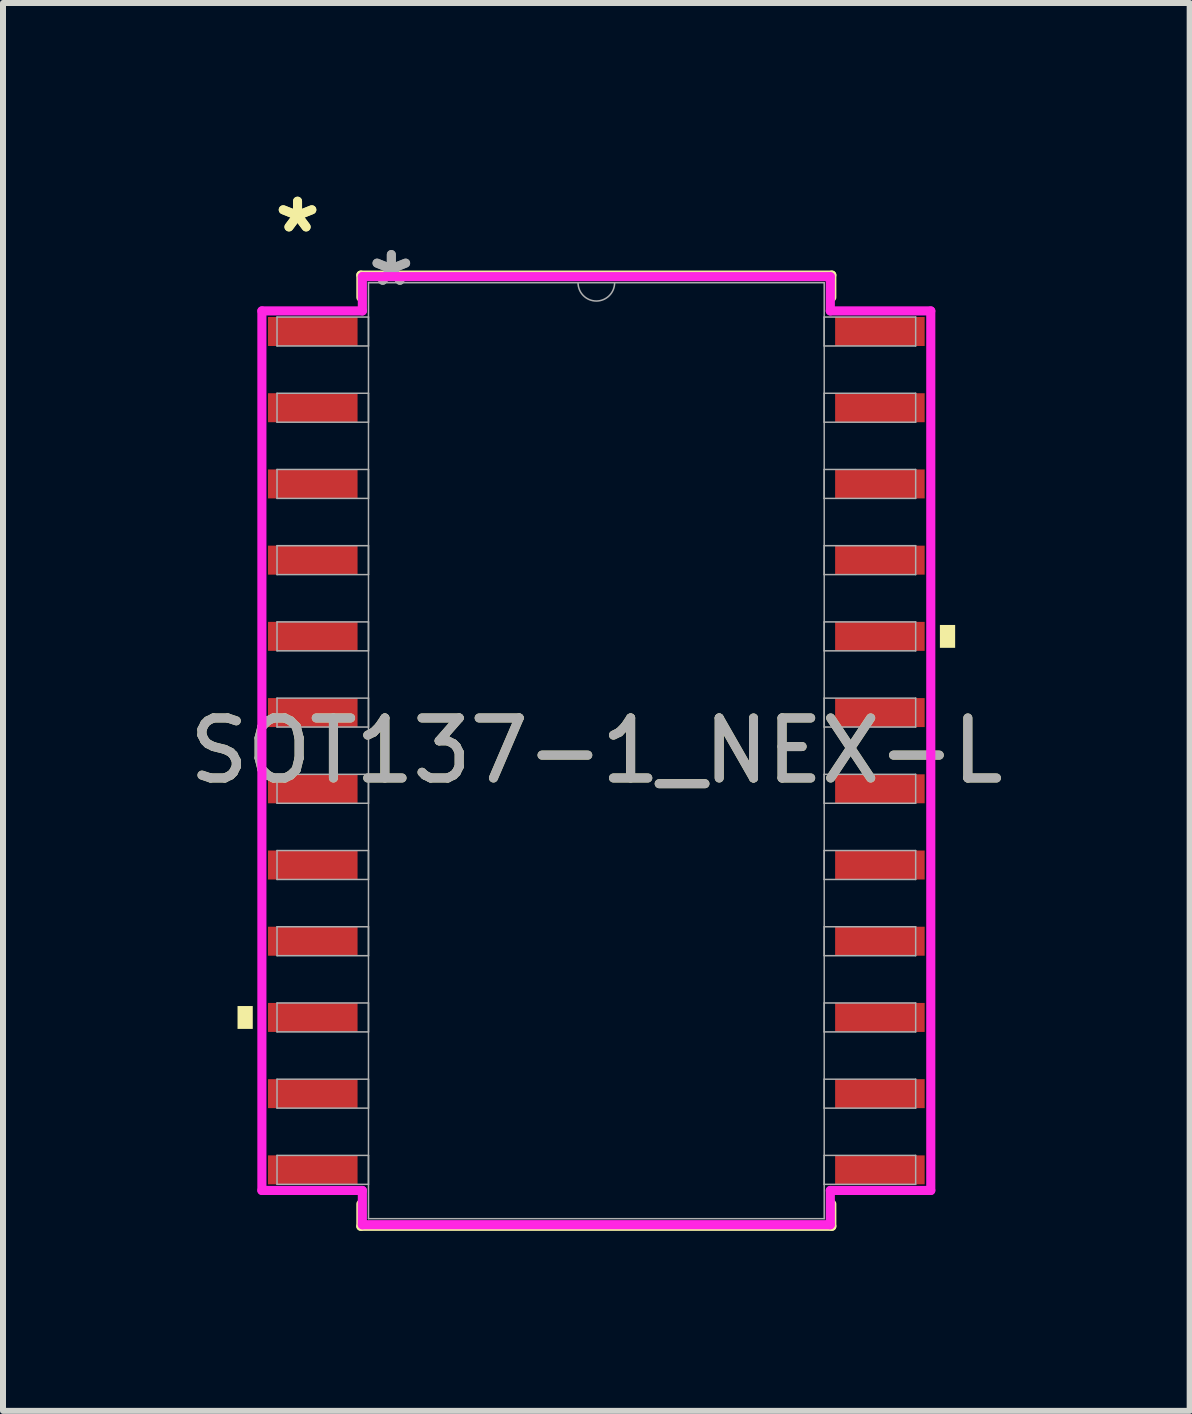
<source format=kicad_pcb>
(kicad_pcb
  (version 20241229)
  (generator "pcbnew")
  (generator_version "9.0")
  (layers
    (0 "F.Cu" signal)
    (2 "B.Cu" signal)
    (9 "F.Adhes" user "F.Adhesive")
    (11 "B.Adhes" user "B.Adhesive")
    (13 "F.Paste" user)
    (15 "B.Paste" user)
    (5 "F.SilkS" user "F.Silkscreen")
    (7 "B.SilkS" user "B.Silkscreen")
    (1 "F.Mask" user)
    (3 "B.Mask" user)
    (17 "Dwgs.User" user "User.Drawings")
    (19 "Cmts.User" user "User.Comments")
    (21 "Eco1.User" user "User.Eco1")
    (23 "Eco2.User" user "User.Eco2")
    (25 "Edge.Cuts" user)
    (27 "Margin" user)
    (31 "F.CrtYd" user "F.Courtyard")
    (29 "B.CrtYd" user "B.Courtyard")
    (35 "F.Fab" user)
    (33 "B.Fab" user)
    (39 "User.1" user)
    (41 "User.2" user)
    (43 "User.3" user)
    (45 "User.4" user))
  (footprint "SOT137-1_NEX-L"
    (layer "F.Cu")
    (at 6.887 9.459)
    (property "Reference" "SOT137-1_NEX-L" (at 0 0 0) (unlocked yes) (layer "F.SilkS") (effects (font (size 1 1) (thickness 0.15))))
    (attr smd)
    (fp_line (start -3.924 -7.925) (end -3.924 -7.554) (stroke (width 0.152) (type solid)) (layer "F.SilkS"))
    (fp_line (start -3.924 7.554) (end -3.924 7.925) (stroke (width 0.152) (type solid)) (layer "F.SilkS"))
    (fp_line (start -3.924 7.925) (end 3.924 7.925) (stroke (width 0.152) (type solid)) (layer "F.SilkS"))
    (fp_line (start 3.924 -7.925) (end -3.924 -7.925) (stroke (width 0.152) (type solid)) (layer "F.SilkS"))
    (fp_line (start 3.924 -7.554) (end 3.924 -7.925) (stroke (width 0.152) (type solid)) (layer "F.SilkS"))
    (fp_line (start 3.924 7.925) (end 3.924 7.554) (stroke (width 0.152) (type solid)) (layer "F.SilkS"))
    (fp_poly (pts (xy -5.979 4.255) (xy -5.979 4.636) (xy -5.725 4.636) (xy -5.725 4.255)) (stroke (width 0) (type solid)) (fill yes) (layer "F.SilkS"))
    (fp_poly (pts (xy 5.979 -2.095) (xy 5.979 -1.714) (xy 5.725 -1.714) (xy 5.725 -2.095)) (stroke (width 0) (type solid)) (fill yes) (layer "F.SilkS"))
    (fp_line (start -5.573 -7.328) (end -3.899 -7.328) (stroke (width 0.152) (type solid)) (layer "F.CrtYd"))
    (fp_line (start -5.573 7.328) (end -5.573 -7.328) (stroke (width 0.152) (type solid)) (layer "F.CrtYd"))
    (fp_line (start -5.573 7.328) (end -3.899 7.328) (stroke (width 0.152) (type solid)) (layer "F.CrtYd"))
    (fp_line (start -3.899 -7.899) (end 3.899 -7.899) (stroke (width 0.152) (type solid)) (layer "F.CrtYd"))
    (fp_line (start -3.899 -7.328) (end -3.899 -7.899) (stroke (width 0.152) (type solid)) (layer "F.CrtYd"))
    (fp_line (start -3.899 7.899) (end -3.899 7.328) (stroke (width 0.152) (type solid)) (layer "F.CrtYd"))
    (fp_line (start 3.899 -7.899) (end 3.899 -7.328) (stroke (width 0.152) (type solid)) (layer "F.CrtYd"))
    (fp_line (start 3.899 7.328) (end 3.899 7.899) (stroke (width 0.152) (type solid)) (layer "F.CrtYd"))
    (fp_line (start 3.899 7.899) (end -3.899 7.899) (stroke (width 0.152) (type solid)) (layer "F.CrtYd"))
    (fp_line (start 5.573 -7.328) (end 3.899 -7.328) (stroke (width 0.152) (type solid)) (layer "F.CrtYd"))
    (fp_line (start 5.573 -7.328) (end 5.573 7.328) (stroke (width 0.152) (type solid)) (layer "F.CrtYd"))
    (fp_line (start 5.573 7.328) (end 3.899 7.328) (stroke (width 0.152) (type solid)) (layer "F.CrtYd"))
    (fp_line (start -5.321 -7.226) (end -5.321 -6.744) (stroke (width 0.025) (type solid)) (layer "F.Fab"))
    (fp_line (start -5.321 -6.744) (end -3.797 -6.744) (stroke (width 0.025) (type solid)) (layer "F.Fab"))
    (fp_line (start -5.321 -5.956) (end -5.321 -5.474) (stroke (width 0.025) (type solid)) (layer "F.Fab"))
    (fp_line (start -5.321 -5.474) (end -3.797 -5.474) (stroke (width 0.025) (type solid)) (layer "F.Fab"))
    (fp_line (start -5.321 -4.686) (end -5.321 -4.204) (stroke (width 0.025) (type solid)) (layer "F.Fab"))
    (fp_line (start -5.321 -4.204) (end -3.797 -4.204) (stroke (width 0.025) (type solid)) (layer "F.Fab"))
    (fp_line (start -5.321 -3.416) (end -5.321 -2.934) (stroke (width 0.025) (type solid)) (layer "F.Fab"))
    (fp_line (start -5.321 -2.934) (end -3.797 -2.934) (stroke (width 0.025) (type solid)) (layer "F.Fab"))
    (fp_line (start -5.321 -2.146) (end -5.321 -1.664) (stroke (width 0.025) (type solid)) (layer "F.Fab"))
    (fp_line (start -5.321 -1.664) (end -3.797 -1.664) (stroke (width 0.025) (type solid)) (layer "F.Fab"))
    (fp_line (start -5.321 -0.876) (end -5.321 -0.394) (stroke (width 0.025) (type solid)) (layer "F.Fab"))
    (fp_line (start -5.321 -0.394) (end -3.797 -0.394) (stroke (width 0.025) (type solid)) (layer "F.Fab"))
    (fp_line (start -5.321 0.394) (end -5.321 0.876) (stroke (width 0.025) (type solid)) (layer "F.Fab"))
    (fp_line (start -5.321 0.876) (end -3.797 0.876) (stroke (width 0.025) (type solid)) (layer "F.Fab"))
    (fp_line (start -5.321 1.664) (end -5.321 2.146) (stroke (width 0.025) (type solid)) (layer "F.Fab"))
    (fp_line (start -5.321 2.146) (end -3.797 2.146) (stroke (width 0.025) (type solid)) (layer "F.Fab"))
    (fp_line (start -5.321 2.934) (end -5.321 3.416) (stroke (width 0.025) (type solid)) (layer "F.Fab"))
    (fp_line (start -5.321 3.416) (end -3.797 3.416) (stroke (width 0.025) (type solid)) (layer "F.Fab"))
    (fp_line (start -5.321 4.204) (end -5.321 4.686) (stroke (width 0.025) (type solid)) (layer "F.Fab"))
    (fp_line (start -5.321 4.686) (end -3.797 4.686) (stroke (width 0.025) (type solid)) (layer "F.Fab"))
    (fp_line (start -5.321 5.474) (end -5.321 5.956) (stroke (width 0.025) (type solid)) (layer "F.Fab"))
    (fp_line (start -5.321 5.956) (end -3.797 5.956) (stroke (width 0.025) (type solid)) (layer "F.Fab"))
    (fp_line (start -5.321 6.744) (end -5.321 7.226) (stroke (width 0.025) (type solid)) (layer "F.Fab"))
    (fp_line (start -5.321 7.226) (end -3.797 7.226) (stroke (width 0.025) (type solid)) (layer "F.Fab"))
    (fp_line (start -3.797 -7.798) (end -3.797 7.798) (stroke (width 0.025) (type solid)) (layer "F.Fab"))
    (fp_line (start -3.797 -7.226) (end -5.321 -7.226) (stroke (width 0.025) (type solid)) (layer "F.Fab"))
    (fp_line (start -3.797 -6.744) (end -3.797 -7.226) (stroke (width 0.025) (type solid)) (layer "F.Fab"))
    (fp_line (start -3.797 -5.956) (end -5.321 -5.956) (stroke (width 0.025) (type solid)) (layer "F.Fab"))
    (fp_line (start -3.797 -5.474) (end -3.797 -5.956) (stroke (width 0.025) (type solid)) (layer "F.Fab"))
    (fp_line (start -3.797 -4.686) (end -5.321 -4.686) (stroke (width 0.025) (type solid)) (layer "F.Fab"))
    (fp_line (start -3.797 -4.204) (end -3.797 -4.686) (stroke (width 0.025) (type solid)) (layer "F.Fab"))
    (fp_line (start -3.797 -3.416) (end -5.321 -3.416) (stroke (width 0.025) (type solid)) (layer "F.Fab"))
    (fp_line (start -3.797 -2.934) (end -3.797 -3.416) (stroke (width 0.025) (type solid)) (layer "F.Fab"))
    (fp_line (start -3.797 -2.146) (end -5.321 -2.146) (stroke (width 0.025) (type solid)) (layer "F.Fab"))
    (fp_line (start -3.797 -1.664) (end -3.797 -2.146) (stroke (width 0.025) (type solid)) (layer "F.Fab"))
    (fp_line (start -3.797 -0.876) (end -5.321 -0.876) (stroke (width 0.025) (type solid)) (layer "F.Fab"))
    (fp_line (start -3.797 -0.394) (end -3.797 -0.876) (stroke (width 0.025) (type solid)) (layer "F.Fab"))
    (fp_line (start -3.797 0.394) (end -5.321 0.394) (stroke (width 0.025) (type solid)) (layer "F.Fab"))
    (fp_line (start -3.797 0.876) (end -3.797 0.394) (stroke (width 0.025) (type solid)) (layer "F.Fab"))
    (fp_line (start -3.797 1.664) (end -5.321 1.664) (stroke (width 0.025) (type solid)) (layer "F.Fab"))
    (fp_line (start -3.797 2.146) (end -3.797 1.664) (stroke (width 0.025) (type solid)) (layer "F.Fab"))
    (fp_line (start -3.797 2.934) (end -5.321 2.934) (stroke (width 0.025) (type solid)) (layer "F.Fab"))
    (fp_line (start -3.797 3.416) (end -3.797 2.934) (stroke (width 0.025) (type solid)) (layer "F.Fab"))
    (fp_line (start -3.797 4.204) (end -5.321 4.204) (stroke (width 0.025) (type solid)) (layer "F.Fab"))
    (fp_line (start -3.797 4.686) (end -3.797 4.204) (stroke (width 0.025) (type solid)) (layer "F.Fab"))
    (fp_line (start -3.797 5.474) (end -5.321 5.474) (stroke (width 0.025) (type solid)) (layer "F.Fab"))
    (fp_line (start -3.797 5.956) (end -3.797 5.474) (stroke (width 0.025) (type solid)) (layer "F.Fab"))
    (fp_line (start -3.797 6.744) (end -5.321 6.744) (stroke (width 0.025) (type solid)) (layer "F.Fab"))
    (fp_line (start -3.797 7.226) (end -3.797 6.744) (stroke (width 0.025) (type solid)) (layer "F.Fab"))
    (fp_line (start -3.797 7.798) (end 3.797 7.798) (stroke (width 0.025) (type solid)) (layer "F.Fab"))
    (fp_line (start 3.797 -7.798) (end -3.797 -7.798) (stroke (width 0.025) (type solid)) (layer "F.Fab"))
    (fp_line (start 3.797 -7.226) (end 3.797 -6.744) (stroke (width 0.025) (type solid)) (layer "F.Fab"))
    (fp_line (start 3.797 -6.744) (end 5.321 -6.744) (stroke (width 0.025) (type solid)) (layer "F.Fab"))
    (fp_line (start 3.797 -5.956) (end 3.797 -5.474) (stroke (width 0.025) (type solid)) (layer "F.Fab"))
    (fp_line (start 3.797 -5.474) (end 5.321 -5.474) (stroke (width 0.025) (type solid)) (layer "F.Fab"))
    (fp_line (start 3.797 -4.686) (end 3.797 -4.204) (stroke (width 0.025) (type solid)) (layer "F.Fab"))
    (fp_line (start 3.797 -4.204) (end 5.321 -4.204) (stroke (width 0.025) (type solid)) (layer "F.Fab"))
    (fp_line (start 3.797 -3.416) (end 3.797 -2.934) (stroke (width 0.025) (type solid)) (layer "F.Fab"))
    (fp_line (start 3.797 -2.934) (end 5.321 -2.934) (stroke (width 0.025) (type solid)) (layer "F.Fab"))
    (fp_line (start 3.797 -2.146) (end 3.797 -1.664) (stroke (width 0.025) (type solid)) (layer "F.Fab"))
    (fp_line (start 3.797 -1.664) (end 5.321 -1.664) (stroke (width 0.025) (type solid)) (layer "F.Fab"))
    (fp_line (start 3.797 -0.876) (end 3.797 -0.394) (stroke (width 0.025) (type solid)) (layer "F.Fab"))
    (fp_line (start 3.797 -0.394) (end 5.321 -0.394) (stroke (width 0.025) (type solid)) (layer "F.Fab"))
    (fp_line (start 3.797 0.394) (end 3.797 0.876) (stroke (width 0.025) (type solid)) (layer "F.Fab"))
    (fp_line (start 3.797 0.876) (end 5.321 0.876) (stroke (width 0.025) (type solid)) (layer "F.Fab"))
    (fp_line (start 3.797 1.664) (end 3.797 2.146) (stroke (width 0.025) (type solid)) (layer "F.Fab"))
    (fp_line (start 3.797 2.146) (end 5.321 2.146) (stroke (width 0.025) (type solid)) (layer "F.Fab"))
    (fp_line (start 3.797 2.934) (end 3.797 3.416) (stroke (width 0.025) (type solid)) (layer "F.Fab"))
    (fp_line (start 3.797 3.416) (end 5.321 3.416) (stroke (width 0.025) (type solid)) (layer "F.Fab"))
    (fp_line (start 3.797 4.204) (end 3.797 4.686) (stroke (width 0.025) (type solid)) (layer "F.Fab"))
    (fp_line (start 3.797 4.686) (end 5.321 4.686) (stroke (width 0.025) (type solid)) (layer "F.Fab"))
    (fp_line (start 3.797 5.474) (end 3.797 5.956) (stroke (width 0.025) (type solid)) (layer "F.Fab"))
    (fp_line (start 3.797 5.956) (end 5.321 5.956) (stroke (width 0.025) (type solid)) (layer "F.Fab"))
    (fp_line (start 3.797 6.744) (end 3.797 7.226) (stroke (width 0.025) (type solid)) (layer "F.Fab"))
    (fp_line (start 3.797 7.226) (end 5.321 7.226) (stroke (width 0.025) (type solid)) (layer "F.Fab"))
    (fp_line (start 3.797 7.798) (end 3.797 -7.798) (stroke (width 0.025) (type solid)) (layer "F.Fab"))
    (fp_line (start 5.321 -7.226) (end 3.797 -7.226) (stroke (width 0.025) (type solid)) (layer "F.Fab"))
    (fp_line (start 5.321 -6.744) (end 5.321 -7.226) (stroke (width 0.025) (type solid)) (layer "F.Fab"))
    (fp_line (start 5.321 -5.956) (end 3.797 -5.956) (stroke (width 0.025) (type solid)) (layer "F.Fab"))
    (fp_line (start 5.321 -5.474) (end 5.321 -5.956) (stroke (width 0.025) (type solid)) (layer "F.Fab"))
    (fp_line (start 5.321 -4.686) (end 3.797 -4.686) (stroke (width 0.025) (type solid)) (layer "F.Fab"))
    (fp_line (start 5.321 -4.204) (end 5.321 -4.686) (stroke (width 0.025) (type solid)) (layer "F.Fab"))
    (fp_line (start 5.321 -3.416) (end 3.797 -3.416) (stroke (width 0.025) (type solid)) (layer "F.Fab"))
    (fp_line (start 5.321 -2.934) (end 5.321 -3.416) (stroke (width 0.025) (type solid)) (layer "F.Fab"))
    (fp_line (start 5.321 -2.146) (end 3.797 -2.146) (stroke (width 0.025) (type solid)) (layer "F.Fab"))
    (fp_line (start 5.321 -1.664) (end 5.321 -2.146) (stroke (width 0.025) (type solid)) (layer "F.Fab"))
    (fp_line (start 5.321 -0.876) (end 3.797 -0.876) (stroke (width 0.025) (type solid)) (layer "F.Fab"))
    (fp_line (start 5.321 -0.394) (end 5.321 -0.876) (stroke (width 0.025) (type solid)) (layer "F.Fab"))
    (fp_line (start 5.321 0.394) (end 3.797 0.394) (stroke (width 0.025) (type solid)) (layer "F.Fab"))
    (fp_line (start 5.321 0.876) (end 5.321 0.394) (stroke (width 0.025) (type solid)) (layer "F.Fab"))
    (fp_line (start 5.321 1.664) (end 3.797 1.664) (stroke (width 0.025) (type solid)) (layer "F.Fab"))
    (fp_line (start 5.321 2.146) (end 5.321 1.664) (stroke (width 0.025) (type solid)) (layer "F.Fab"))
    (fp_line (start 5.321 2.934) (end 3.797 2.934) (stroke (width 0.025) (type solid)) (layer "F.Fab"))
    (fp_line (start 5.321 3.416) (end 5.321 2.934) (stroke (width 0.025) (type solid)) (layer "F.Fab"))
    (fp_line (start 5.321 4.204) (end 3.797 4.204) (stroke (width 0.025) (type solid)) (layer "F.Fab"))
    (fp_line (start 5.321 4.686) (end 5.321 4.204) (stroke (width 0.025) (type solid)) (layer "F.Fab"))
    (fp_line (start 5.321 5.474) (end 3.797 5.474) (stroke (width 0.025) (type solid)) (layer "F.Fab"))
    (fp_line (start 5.321 5.956) (end 5.321 5.474) (stroke (width 0.025) (type solid)) (layer "F.Fab"))
    (fp_line (start 5.321 6.744) (end 3.797 6.744) (stroke (width 0.025) (type solid)) (layer "F.Fab"))
    (fp_line (start 5.321 7.226) (end 5.321 6.744) (stroke (width 0.025) (type solid)) (layer "F.Fab"))
    (fp_arc (start 0.3048 -7.7978) (mid 0 -7.493) (end -0.3048 -7.7978) (stroke (width 0.0254) (type solid)) (layer "F.Fab"))
    (fp_text user "*" (at -4.979 -8.611 0) (layer "F.SilkS") (effects (font (size 1 1) (thickness 0.15))))
    (fp_text user "*" (at -4.979 -8.611 0) (unlocked yes) (layer "F.SilkS") (effects (font (size 1 1) (thickness 0.15))))
    (fp_text user "*" (at -3.416 -7.722 0) (unlocked yes) (layer "F.Fab") (effects (font (size 1 1) (thickness 0.15))))
    (fp_text user "*" (at -3.416 -7.722 0) (layer "F.Fab") (effects (font (size 1 1) (thickness 0.15))))
    (fp_text user "${REFERENCE}" (at 0 0 0) (unlocked yes) (layer "F.Fab") (effects (font (size 1 1) (thickness 0.15))))
    (pad "1" smd rect (at -4.725 -6.985) (size 1.492 0.483) (layers "F.Cu" "F.Mask" "F.Paste"))
    (pad "2" smd rect (at -4.725 -5.715) (size 1.492 0.483) (layers "F.Cu" "F.Mask" "F.Paste"))
    (pad "3" smd rect (at -4.725 -4.445) (size 1.492 0.483) (layers "F.Cu" "F.Mask" "F.Paste"))
    (pad "4" smd rect (at -4.725 -3.175) (size 1.492 0.483) (layers "F.Cu" "F.Mask" "F.Paste"))
    (pad "5" smd rect (at -4.725 -1.905) (size 1.492 0.483) (layers "F.Cu" "F.Mask" "F.Paste"))
    (pad "6" smd rect (at -4.725 -0.635) (size 1.492 0.483) (layers "F.Cu" "F.Mask" "F.Paste"))
    (pad "7" smd rect (at -4.725 0.635) (size 1.492 0.483) (layers "F.Cu" "F.Mask" "F.Paste"))
    (pad "8" smd rect (at -4.725 1.905) (size 1.492 0.483) (layers "F.Cu" "F.Mask" "F.Paste"))
    (pad "9" smd rect (at -4.725 3.175) (size 1.492 0.483) (layers "F.Cu" "F.Mask" "F.Paste"))
    (pad "10" smd rect (at -4.725 4.445) (size 1.492 0.483) (layers "F.Cu" "F.Mask" "F.Paste"))
    (pad "11" smd rect (at -4.725 5.715) (size 1.492 0.483) (layers "F.Cu" "F.Mask" "F.Paste"))
    (pad "12" smd rect (at -4.725 6.985) (size 1.492 0.483) (layers "F.Cu" "F.Mask" "F.Paste"))
    (pad "13" smd rect (at 4.725 6.985) (size 1.492 0.483) (layers "F.Cu" "F.Mask" "F.Paste"))
    (pad "14" smd rect (at 4.725 5.715) (size 1.492 0.483) (layers "F.Cu" "F.Mask" "F.Paste"))
    (pad "15" smd rect (at 4.725 4.445) (size 1.492 0.483) (layers "F.Cu" "F.Mask" "F.Paste"))
    (pad "16" smd rect (at 4.725 3.175) (size 1.492 0.483) (layers "F.Cu" "F.Mask" "F.Paste"))
    (pad "17" smd rect (at 4.725 1.905) (size 1.492 0.483) (layers "F.Cu" "F.Mask" "F.Paste"))
    (pad "18" smd rect (at 4.725 0.635) (size 1.492 0.483) (layers "F.Cu" "F.Mask" "F.Paste"))
    (pad "19" smd rect (at 4.725 -0.635) (size 1.492 0.483) (layers "F.Cu" "F.Mask" "F.Paste"))
    (pad "20" smd rect (at 4.725 -1.905) (size 1.492 0.483) (layers "F.Cu" "F.Mask" "F.Paste"))
    (pad "21" smd rect (at 4.725 -3.175) (size 1.492 0.483) (layers "F.Cu" "F.Mask" "F.Paste"))
    (pad "22" smd rect (at 4.725 -4.445) (size 1.492 0.483) (layers "F.Cu" "F.Mask" "F.Paste"))
    (pad "23" smd rect (at 4.725 -5.715) (size 1.492 0.483) (layers "F.Cu" "F.Mask" "F.Paste"))
    (pad "24" smd rect (at 4.725 -6.985) (size 1.492 0.483) (layers "F.Cu" "F.Mask" "F.Paste")))
  (gr_rect
    (start -3 -3)
    (end 16.774 20.46)
    (stroke (width 0.1) (type default))
    (fill no)
    (layer "Edge.Cuts")))
</source>
